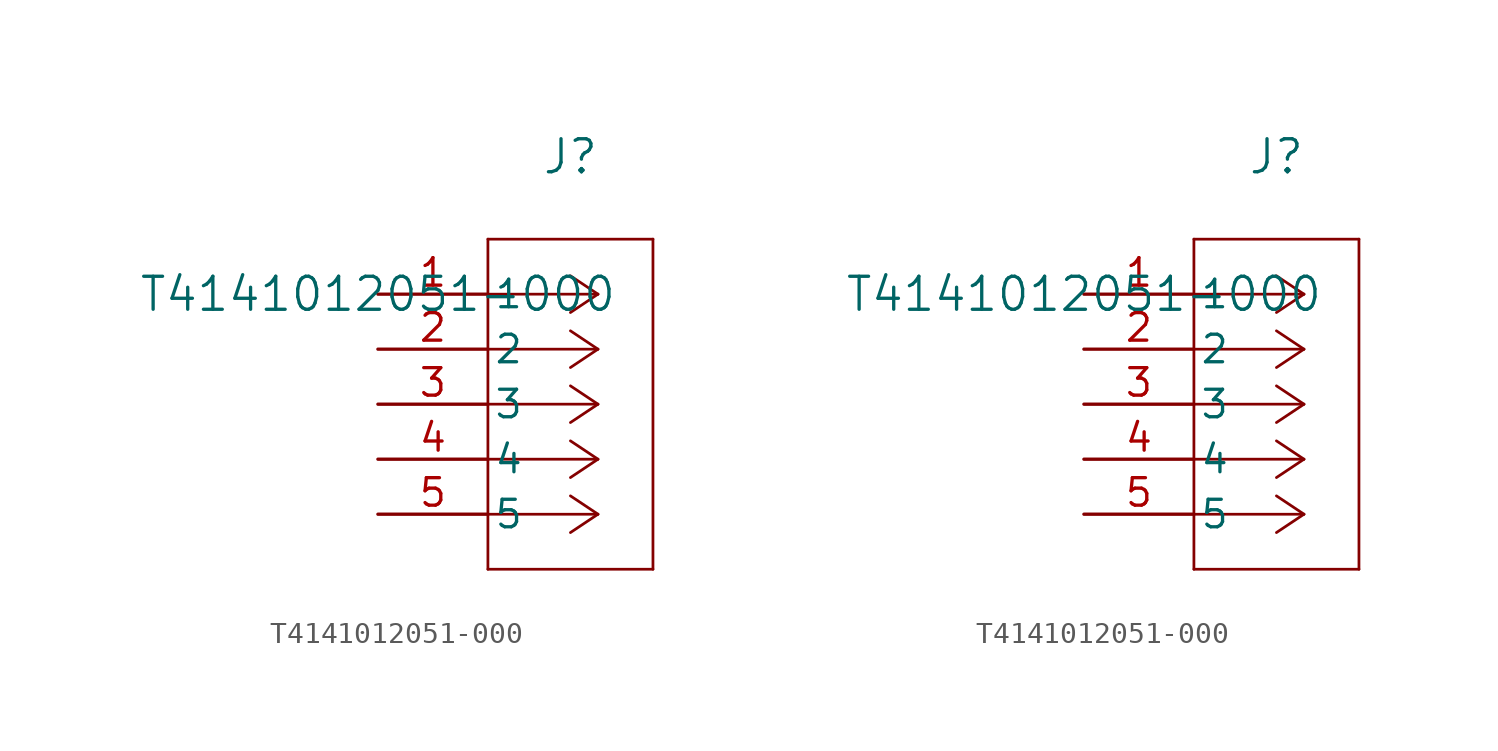
<source format=kicad_sym>
(kicad_symbol_lib
  (version 20241209)
  (generator "kicad_symbol_editor")
  (generator_version "9.0")
  (symbol "T4141012051-000"
    (pin_names
      (offset 0.254))
    (property "Reference" "J"
      (at 8.89 6.35 0)
      (effects (font (size 1.524 1.524))))
    (property "Value" "T4141012051-000"
      (at 0 0 0)
      (effects (font (size 1.524 1.524))))
    (symbol "T4141012051-000_1_1"
      (polyline (pts (xy 5.08 2.54) (xy 5.08 -12.7)) (stroke (width 0.127) (type default)) (fill (type none)))
      (polyline (pts (xy 5.08 -12.7) (xy 12.7 -12.7)) (stroke (width 0.127) (type default)) (fill (type none)))
      (polyline (pts (xy 10.16 0) (xy 5.08 0)) (stroke (width 0.127) (type default)) (fill (type none)))
      (polyline (pts (xy 10.16 0) (xy 8.89 0.847)) (stroke (width 0.127) (type default)) (fill (type none)))
      (polyline (pts (xy 10.16 0) (xy 8.89 -0.847)) (stroke (width 0.127) (type default)) (fill (type none)))
      (polyline (pts (xy 10.16 -2.54) (xy 5.08 -2.54)) (stroke (width 0.127) (type default)) (fill (type none)))
      (polyline (pts (xy 10.16 -2.54) (xy 8.89 -1.693)) (stroke (width 0.127) (type default)) (fill (type none)))
      (polyline (pts (xy 10.16 -2.54) (xy 8.89 -3.387)) (stroke (width 0.127) (type default)) (fill (type none)))
      (polyline (pts (xy 10.16 -5.08) (xy 5.08 -5.08)) (stroke (width 0.127) (type default)) (fill (type none)))
      (polyline (pts (xy 10.16 -5.08) (xy 8.89 -4.233)) (stroke (width 0.127) (type default)) (fill (type none)))
      (polyline (pts (xy 10.16 -5.08) (xy 8.89 -5.927)) (stroke (width 0.127) (type default)) (fill (type none)))
      (polyline (pts (xy 10.16 -7.62) (xy 5.08 -7.62)) (stroke (width 0.127) (type default)) (fill (type none)))
      (polyline (pts (xy 10.16 -7.62) (xy 8.89 -6.773)) (stroke (width 0.127) (type default)) (fill (type none)))
      (polyline (pts (xy 10.16 -7.62) (xy 8.89 -8.467)) (stroke (width 0.127) (type default)) (fill (type none)))
      (polyline (pts (xy 10.16 -10.16) (xy 5.08 -10.16)) (stroke (width 0.127) (type default)) (fill (type none)))
      (polyline (pts (xy 10.16 -10.16) (xy 8.89 -9.313)) (stroke (width 0.127) (type default)) (fill (type none)))
      (polyline (pts (xy 10.16 -10.16) (xy 8.89 -11.007)) (stroke (width 0.127) (type default)) (fill (type none)))
      (polyline (pts (xy 12.7 2.54) (xy 5.08 2.54)) (stroke (width 0.127) (type default)) (fill (type none)))
      (polyline (pts (xy 12.7 -12.7) (xy 12.7 2.54)) (stroke (width 0.127) (type default)) (fill (type none)))
      (pin unspecified line (at 0 0 0) (length 5.08) (name "1" (effects (font (size 1.27 1.27)))) (number "1" (effects (font (size 1.27 1.27)))))
      (pin unspecified line (at 0 -2.54 0) (length 5.08) (name "2" (effects (font (size 1.27 1.27)))) (number "2" (effects (font (size 1.27 1.27)))))
      (pin unspecified line (at 0 -5.08 0) (length 5.08) (name "3" (effects (font (size 1.27 1.27)))) (number "3" (effects (font (size 1.27 1.27)))))
      (pin unspecified line (at 0 -7.62 0) (length 5.08) (name "4" (effects (font (size 1.27 1.27)))) (number "4" (effects (font (size 1.27 1.27)))))
      (pin unspecified line (at 0 -10.16 0) (length 5.08) (name "5" (effects (font (size 1.27 1.27)))) (number "5" (effects (font (size 1.27 1.27))))))
    (symbol "T4141012051-000_1_2"
      (polyline (pts (xy 5.08 2.54) (xy 5.08 -12.7)) (stroke (width 0.127) (type default)) (fill (type none)))
      (polyline (pts (xy 5.08 -12.7) (xy 12.7 -12.7)) (stroke (width 0.127) (type default)) (fill (type none)))
      (polyline (pts (xy 10.16 0) (xy 5.08 0)) (stroke (width 0.127) (type default)) (fill (type none)))
      (polyline (pts (xy 10.16 0) (xy 8.89 0.847)) (stroke (width 0.127) (type default)) (fill (type none)))
      (polyline (pts (xy 10.16 0) (xy 8.89 -0.847)) (stroke (width 0.127) (type default)) (fill (type none)))
      (polyline (pts (xy 10.16 -2.54) (xy 5.08 -2.54)) (stroke (width 0.127) (type default)) (fill (type none)))
      (polyline (pts (xy 10.16 -2.54) (xy 8.89 -1.693)) (stroke (width 0.127) (type default)) (fill (type none)))
      (polyline (pts (xy 10.16 -2.54) (xy 8.89 -3.387)) (stroke (width 0.127) (type default)) (fill (type none)))
      (polyline (pts (xy 10.16 -5.08) (xy 5.08 -5.08)) (stroke (width 0.127) (type default)) (fill (type none)))
      (polyline (pts (xy 10.16 -5.08) (xy 8.89 -4.233)) (stroke (width 0.127) (type default)) (fill (type none)))
      (polyline (pts (xy 10.16 -5.08) (xy 8.89 -5.927)) (stroke (width 0.127) (type default)) (fill (type none)))
      (polyline (pts (xy 10.16 -7.62) (xy 5.08 -7.62)) (stroke (width 0.127) (type default)) (fill (type none)))
      (polyline (pts (xy 10.16 -7.62) (xy 8.89 -6.773)) (stroke (width 0.127) (type default)) (fill (type none)))
      (polyline (pts (xy 10.16 -7.62) (xy 8.89 -8.467)) (stroke (width 0.127) (type default)) (fill (type none)))
      (polyline (pts (xy 10.16 -10.16) (xy 5.08 -10.16)) (stroke (width 0.127) (type default)) (fill (type none)))
      (polyline (pts (xy 10.16 -10.16) (xy 8.89 -9.313)) (stroke (width 0.127) (type default)) (fill (type none)))
      (polyline (pts (xy 10.16 -10.16) (xy 8.89 -11.007)) (stroke (width 0.127) (type default)) (fill (type none)))
      (polyline (pts (xy 12.7 2.54) (xy 5.08 2.54)) (stroke (width 0.127) (type default)) (fill (type none)))
      (polyline (pts (xy 12.7 -12.7) (xy 12.7 2.54)) (stroke (width 0.127) (type default)) (fill (type none)))
      (pin unspecified line (at 0 0 0) (length 5.08) (name "1" (effects (font (size 1.27 1.27)))) (number "1" (effects (font (size 1.27 1.27)))))
      (pin unspecified line (at 0 -2.54 0) (length 5.08) (name "2" (effects (font (size 1.27 1.27)))) (number "2" (effects (font (size 1.27 1.27)))))
      (pin unspecified line (at 0 -5.08 0) (length 5.08) (name "3" (effects (font (size 1.27 1.27)))) (number "3" (effects (font (size 1.27 1.27)))))
      (pin unspecified line (at 0 -7.62 0) (length 5.08) (name "4" (effects (font (size 1.27 1.27)))) (number "4" (effects (font (size 1.27 1.27)))))
      (pin unspecified line (at 0 -10.16 0) (length 5.08) (name "5" (effects (font (size 1.27 1.27)))) (number "5" (effects (font (size 1.27 1.27))))))))
</source>
